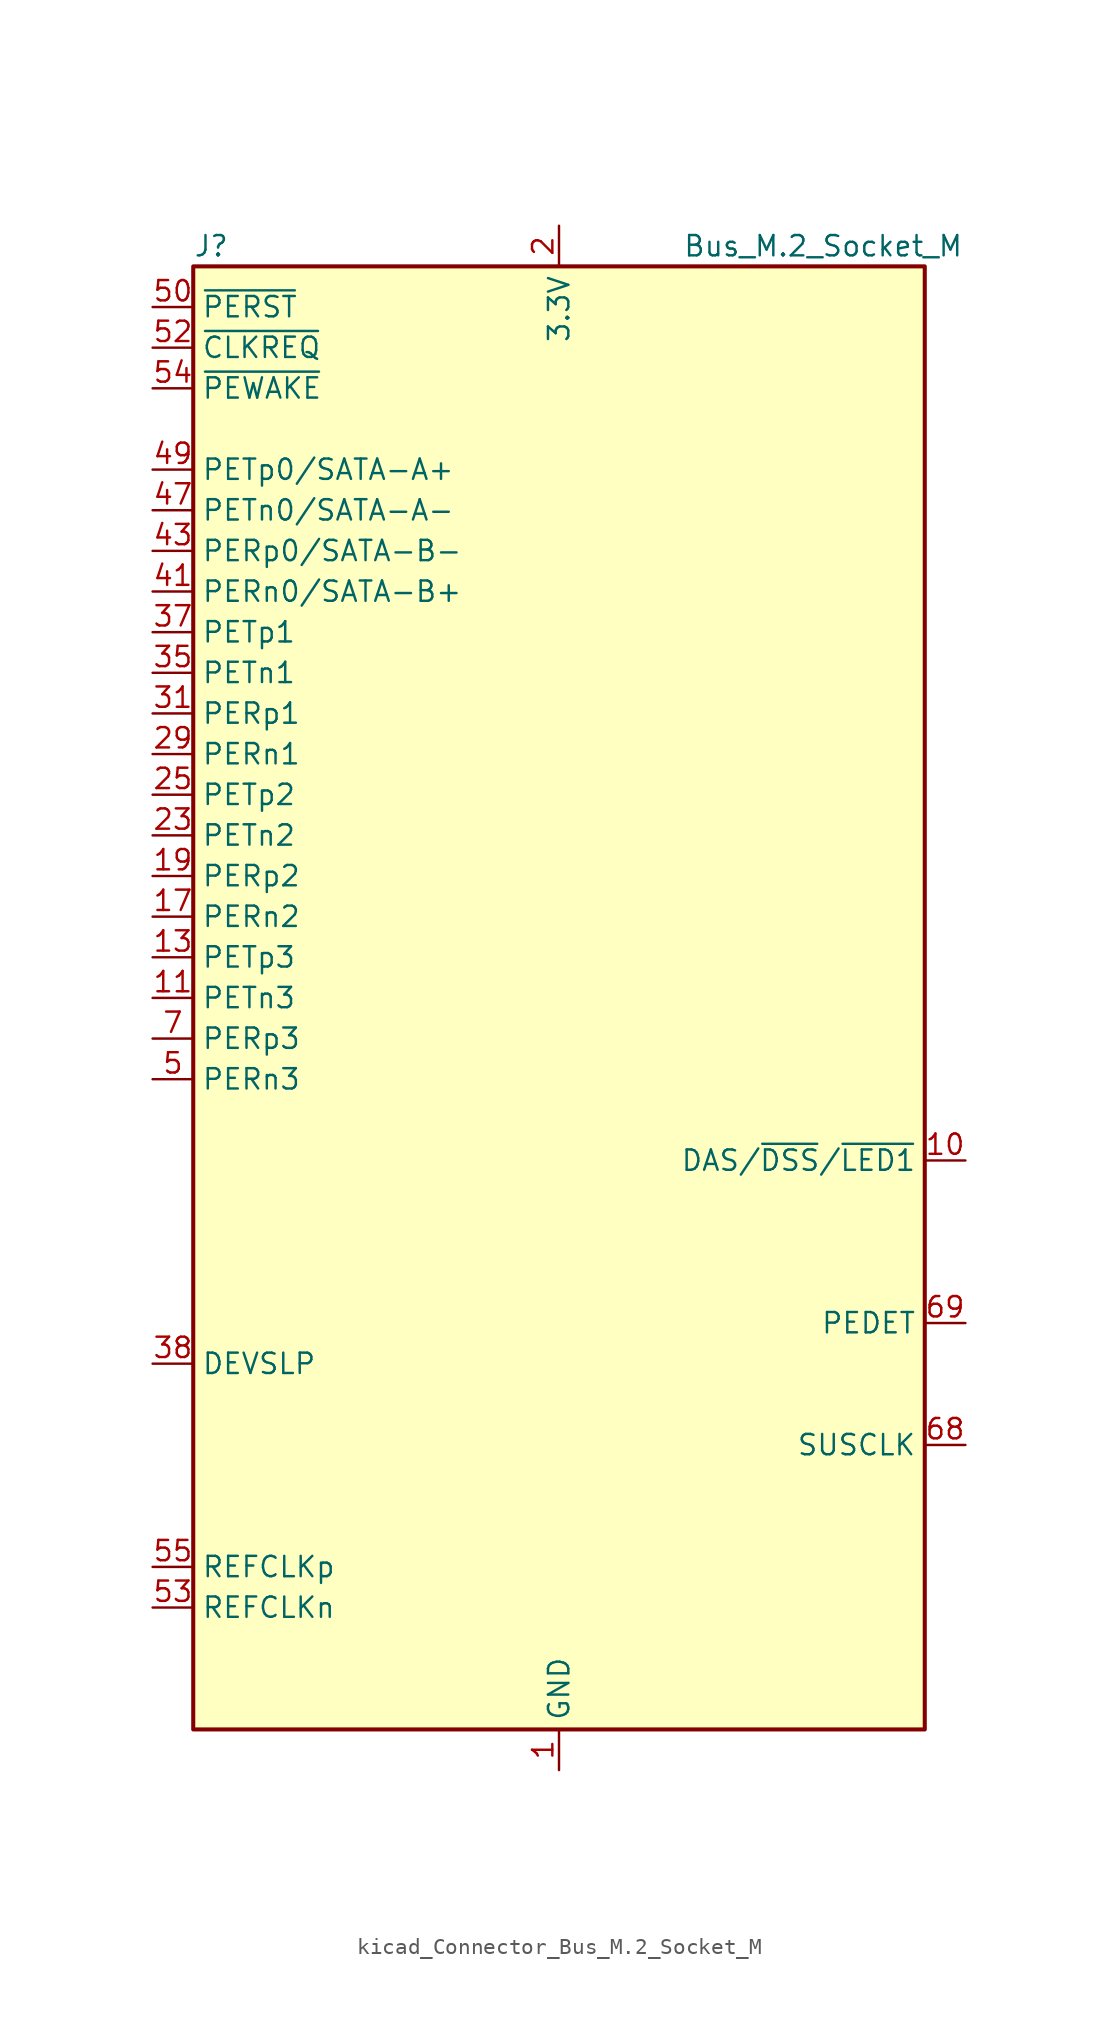
<source format=kicad_sym>
(kicad_symbol_lib
  (version 20220914)
  (generator kicad_symbol_editor)
  (symbol "kicad_Connector_Bus_M.2_Socket_M"
    (property "Reference" "J"
      (at -22.86 46.99 0)
      (effects (font (size 1.27 1.27)) (justify left)))
    (property "Value" "Bus_M.2_Socket_M"
      (at 16.51 46.99 0)
      (effects (font (size 1.27 1.27))))
    (symbol "kicad_Connector_Bus_M.2_Socket_M_0_1"
      (rectangle (start -22.86 45.72) (end 22.86 -45.72) (stroke (width 0.254) (type default)) (fill (type background))))
    (symbol "kicad_Connector_Bus_M.2_Socket_M_1_1"
      (pin power_in line (at 0 -48.26 90) (length 2.54) (name "GND" (effects (font (size 1.27 1.27)))) (number "1" (effects (font (size 1.27 1.27)))))
      (pin bidirectional line (at 25.4 -10.16 180) (length 2.54) (name "DAS/~{DSS}/~{LED1}" (effects (font (size 1.27 1.27)))) (number "10" (effects (font (size 1.27 1.27)))))
      (pin output line (at -25.4 0 0) (length 2.54) (name "PETn3" (effects (font (size 1.27 1.27)))) (number "11" (effects (font (size 1.27 1.27)))))
      (pin passive line (at 0 48.26 270) (length 2.54) hide (name "3.3V" (effects (font (size 1.27 1.27)))) (number "12" (effects (font (size 1.27 1.27)))))
      (pin output line (at -25.4 2.54 0) (length 2.54) (name "PETp3" (effects (font (size 1.27 1.27)))) (number "13" (effects (font (size 1.27 1.27)))))
      (pin passive line (at 0 48.26 270) (length 2.54) hide (name "3.3V" (effects (font (size 1.27 1.27)))) (number "14" (effects (font (size 1.27 1.27)))))
      (pin passive line (at 0 -48.26 90) (length 2.54) hide (name "GND" (effects (font (size 1.27 1.27)))) (number "15" (effects (font (size 1.27 1.27)))))
      (pin passive line (at 0 48.26 270) (length 2.54) hide (name "3.3V" (effects (font (size 1.27 1.27)))) (number "16" (effects (font (size 1.27 1.27)))))
      (pin input line (at -25.4 5.08 0) (length 2.54) (name "PERn2" (effects (font (size 1.27 1.27)))) (number "17" (effects (font (size 1.27 1.27)))))
      (pin passive line (at 0 48.26 270) (length 2.54) hide (name "3.3V" (effects (font (size 1.27 1.27)))) (number "18" (effects (font (size 1.27 1.27)))))
      (pin input line (at -25.4 7.62 0) (length 2.54) (name "PERp2" (effects (font (size 1.27 1.27)))) (number "19" (effects (font (size 1.27 1.27)))))
      (pin power_in line (at 0 48.26 270) (length 2.54) (name "3.3V" (effects (font (size 1.27 1.27)))) (number "2" (effects (font (size 1.27 1.27)))))
      (pin no_connect line (at 22.86 2.54 180) (length 2.54) hide (name "NC" (effects (font (size 1.27 1.27)))) (number "20" (effects (font (size 1.27 1.27)))))
      (pin passive line (at 0 -48.26 90) (length 2.54) hide (name "GND" (effects (font (size 1.27 1.27)))) (number "21" (effects (font (size 1.27 1.27)))))
      (pin no_connect line (at 22.86 5.08 180) (length 2.54) hide (name "NC" (effects (font (size 1.27 1.27)))) (number "22" (effects (font (size 1.27 1.27)))))
      (pin output line (at -25.4 10.16 0) (length 2.54) (name "PETn2" (effects (font (size 1.27 1.27)))) (number "23" (effects (font (size 1.27 1.27)))))
      (pin no_connect line (at 22.86 7.62 180) (length 2.54) hide (name "NC" (effects (font (size 1.27 1.27)))) (number "24" (effects (font (size 1.27 1.27)))))
      (pin output line (at -25.4 12.7 0) (length 2.54) (name "PETp2" (effects (font (size 1.27 1.27)))) (number "25" (effects (font (size 1.27 1.27)))))
      (pin no_connect line (at 22.86 10.16 180) (length 2.54) hide (name "NC" (effects (font (size 1.27 1.27)))) (number "26" (effects (font (size 1.27 1.27)))))
      (pin passive line (at 0 -48.26 90) (length 2.54) hide (name "GND" (effects (font (size 1.27 1.27)))) (number "27" (effects (font (size 1.27 1.27)))))
      (pin no_connect line (at 22.86 12.7 180) (length 2.54) hide (name "NC" (effects (font (size 1.27 1.27)))) (number "28" (effects (font (size 1.27 1.27)))))
      (pin input line (at -25.4 15.24 0) (length 2.54) (name "PERn1" (effects (font (size 1.27 1.27)))) (number "29" (effects (font (size 1.27 1.27)))))
      (pin passive line (at 0 -48.26 90) (length 2.54) hide (name "GND" (effects (font (size 1.27 1.27)))) (number "3" (effects (font (size 1.27 1.27)))))
      (pin no_connect line (at 22.86 15.24 180) (length 2.54) hide (name "NC" (effects (font (size 1.27 1.27)))) (number "30" (effects (font (size 1.27 1.27)))))
      (pin input line (at -25.4 17.78 0) (length 2.54) (name "PERp1" (effects (font (size 1.27 1.27)))) (number "31" (effects (font (size 1.27 1.27)))))
      (pin no_connect line (at 22.86 17.78 180) (length 2.54) hide (name "NC" (effects (font (size 1.27 1.27)))) (number "32" (effects (font (size 1.27 1.27)))))
      (pin passive line (at 0 -48.26 90) (length 2.54) hide (name "GND" (effects (font (size 1.27 1.27)))) (number "33" (effects (font (size 1.27 1.27)))))
      (pin no_connect line (at 22.86 20.32 180) (length 2.54) hide (name "NC" (effects (font (size 1.27 1.27)))) (number "34" (effects (font (size 1.27 1.27)))))
      (pin output line (at -25.4 20.32 0) (length 2.54) (name "PETn1" (effects (font (size 1.27 1.27)))) (number "35" (effects (font (size 1.27 1.27)))))
      (pin no_connect line (at 22.86 22.86 180) (length 2.54) hide (name "NC" (effects (font (size 1.27 1.27)))) (number "36" (effects (font (size 1.27 1.27)))))
      (pin output line (at -25.4 22.86 0) (length 2.54) (name "PETp1" (effects (font (size 1.27 1.27)))) (number "37" (effects (font (size 1.27 1.27)))))
      (pin output line (at -25.4 -22.86 0) (length 2.54) (name "DEVSLP" (effects (font (size 1.27 1.27)))) (number "38" (effects (font (size 1.27 1.27)))))
      (pin passive line (at 0 -48.26 90) (length 2.54) hide (name "GND" (effects (font (size 1.27 1.27)))) (number "39" (effects (font (size 1.27 1.27)))))
      (pin passive line (at 0 48.26 270) (length 2.54) hide (name "3.3V" (effects (font (size 1.27 1.27)))) (number "4" (effects (font (size 1.27 1.27)))))
      (pin no_connect line (at 22.86 25.4 180) (length 2.54) hide (name "NC" (effects (font (size 1.27 1.27)))) (number "40" (effects (font (size 1.27 1.27)))))
      (pin input line (at -25.4 25.4 0) (length 2.54) (name "PERn0/SATA-B+" (effects (font (size 1.27 1.27)))) (number "41" (effects (font (size 1.27 1.27)))))
      (pin no_connect line (at 22.86 27.94 180) (length 2.54) hide (name "NC" (effects (font (size 1.27 1.27)))) (number "42" (effects (font (size 1.27 1.27)))))
      (pin input line (at -25.4 27.94 0) (length 2.54) (name "PERp0/SATA-B-" (effects (font (size 1.27 1.27)))) (number "43" (effects (font (size 1.27 1.27)))))
      (pin no_connect line (at 22.86 30.48 180) (length 2.54) hide (name "NC" (effects (font (size 1.27 1.27)))) (number "44" (effects (font (size 1.27 1.27)))))
      (pin passive line (at 0 -48.26 90) (length 2.54) hide (name "GND" (effects (font (size 1.27 1.27)))) (number "45" (effects (font (size 1.27 1.27)))))
      (pin no_connect line (at 22.86 33.02 180) (length 2.54) hide (name "NC" (effects (font (size 1.27 1.27)))) (number "46" (effects (font (size 1.27 1.27)))))
      (pin output line (at -25.4 30.48 0) (length 2.54) (name "PETn0/SATA-A-" (effects (font (size 1.27 1.27)))) (number "47" (effects (font (size 1.27 1.27)))))
      (pin no_connect line (at 22.86 35.56 180) (length 2.54) hide (name "NC" (effects (font (size 1.27 1.27)))) (number "48" (effects (font (size 1.27 1.27)))))
      (pin output line (at -25.4 33.02 0) (length 2.54) (name "PETp0/SATA-A+" (effects (font (size 1.27 1.27)))) (number "49" (effects (font (size 1.27 1.27)))))
      (pin input line (at -25.4 -5.08 0) (length 2.54) (name "PERn3" (effects (font (size 1.27 1.27)))) (number "5" (effects (font (size 1.27 1.27)))))
      (pin output line (at -25.4 43.18 0) (length 2.54) (name "~{PERST}" (effects (font (size 1.27 1.27)))) (number "50" (effects (font (size 1.27 1.27)))))
      (pin passive line (at 0 -48.26 90) (length 2.54) hide (name "GND" (effects (font (size 1.27 1.27)))) (number "51" (effects (font (size 1.27 1.27)))))
      (pin bidirectional line (at -25.4 40.64 0) (length 2.54) (name "~{CLKREQ}" (effects (font (size 1.27 1.27)))) (number "52" (effects (font (size 1.27 1.27)))))
      (pin output line (at -25.4 -38.1 0) (length 2.54) (name "REFCLKn" (effects (font (size 1.27 1.27)))) (number "53" (effects (font (size 1.27 1.27)))))
      (pin bidirectional line (at -25.4 38.1 0) (length 2.54) (name "~{PEWAKE}" (effects (font (size 1.27 1.27)))) (number "54" (effects (font (size 1.27 1.27)))))
      (pin output line (at -25.4 -35.56 0) (length 2.54) (name "REFCLKp" (effects (font (size 1.27 1.27)))) (number "55" (effects (font (size 1.27 1.27)))))
      (pin no_connect line (at 22.86 38.1 180) (length 2.54) hide (name "NC" (effects (font (size 1.27 1.27)))) (number "56" (effects (font (size 1.27 1.27)))))
      (pin passive line (at 0 -48.26 90) (length 2.54) hide (name "GND" (effects (font (size 1.27 1.27)))) (number "57" (effects (font (size 1.27 1.27)))))
      (pin no_connect line (at 22.86 40.64 180) (length 2.54) hide (name "NC" (effects (font (size 1.27 1.27)))) (number "58" (effects (font (size 1.27 1.27)))))
      (pin no_connect line (at 22.86 -2.54 180) (length 2.54) hide (name "NC" (effects (font (size 1.27 1.27)))) (number "6" (effects (font (size 1.27 1.27)))))
      (pin no_connect line (at 22.86 -5.08 180) (length 2.54) hide (name "NC" (effects (font (size 1.27 1.27)))) (number "67" (effects (font (size 1.27 1.27)))))
      (pin output line (at 25.4 -27.94 180) (length 2.54) (name "SUSCLK" (effects (font (size 1.27 1.27)))) (number "68" (effects (font (size 1.27 1.27)))))
      (pin passive line (at 25.4 -20.32 180) (length 2.54) (name "PEDET" (effects (font (size 1.27 1.27)))) (number "69" (effects (font (size 1.27 1.27)))))
      (pin input line (at -25.4 -2.54 0) (length 2.54) (name "PERp3" (effects (font (size 1.27 1.27)))) (number "7" (effects (font (size 1.27 1.27)))))
      (pin passive line (at 0 48.26 270) (length 2.54) hide (name "3.3V" (effects (font (size 1.27 1.27)))) (number "70" (effects (font (size 1.27 1.27)))))
      (pin passive line (at 0 -48.26 90) (length 2.54) hide (name "GND" (effects (font (size 1.27 1.27)))) (number "71" (effects (font (size 1.27 1.27)))))
      (pin passive line (at 0 48.26 270) (length 2.54) hide (name "3.3V" (effects (font (size 1.27 1.27)))) (number "72" (effects (font (size 1.27 1.27)))))
      (pin passive line (at 0 -48.26 90) (length 2.54) hide (name "GND" (effects (font (size 1.27 1.27)))) (number "73" (effects (font (size 1.27 1.27)))))
      (pin passive line (at 0 48.26 270) (length 2.54) hide (name "3.3V" (effects (font (size 1.27 1.27)))) (number "74" (effects (font (size 1.27 1.27)))))
      (pin passive line (at 0 -48.26 90) (length 2.54) hide (name "GND" (effects (font (size 1.27 1.27)))) (number "75" (effects (font (size 1.27 1.27)))))
      (pin no_connect line (at 22.86 0 180) (length 2.54) hide (name "NC" (effects (font (size 1.27 1.27)))) (number "8" (effects (font (size 1.27 1.27)))))
      (pin passive line (at 0 -48.26 90) (length 2.54) hide (name "GND" (effects (font (size 1.27 1.27)))) (number "9" (effects (font (size 1.27 1.27))))))))
</source>
